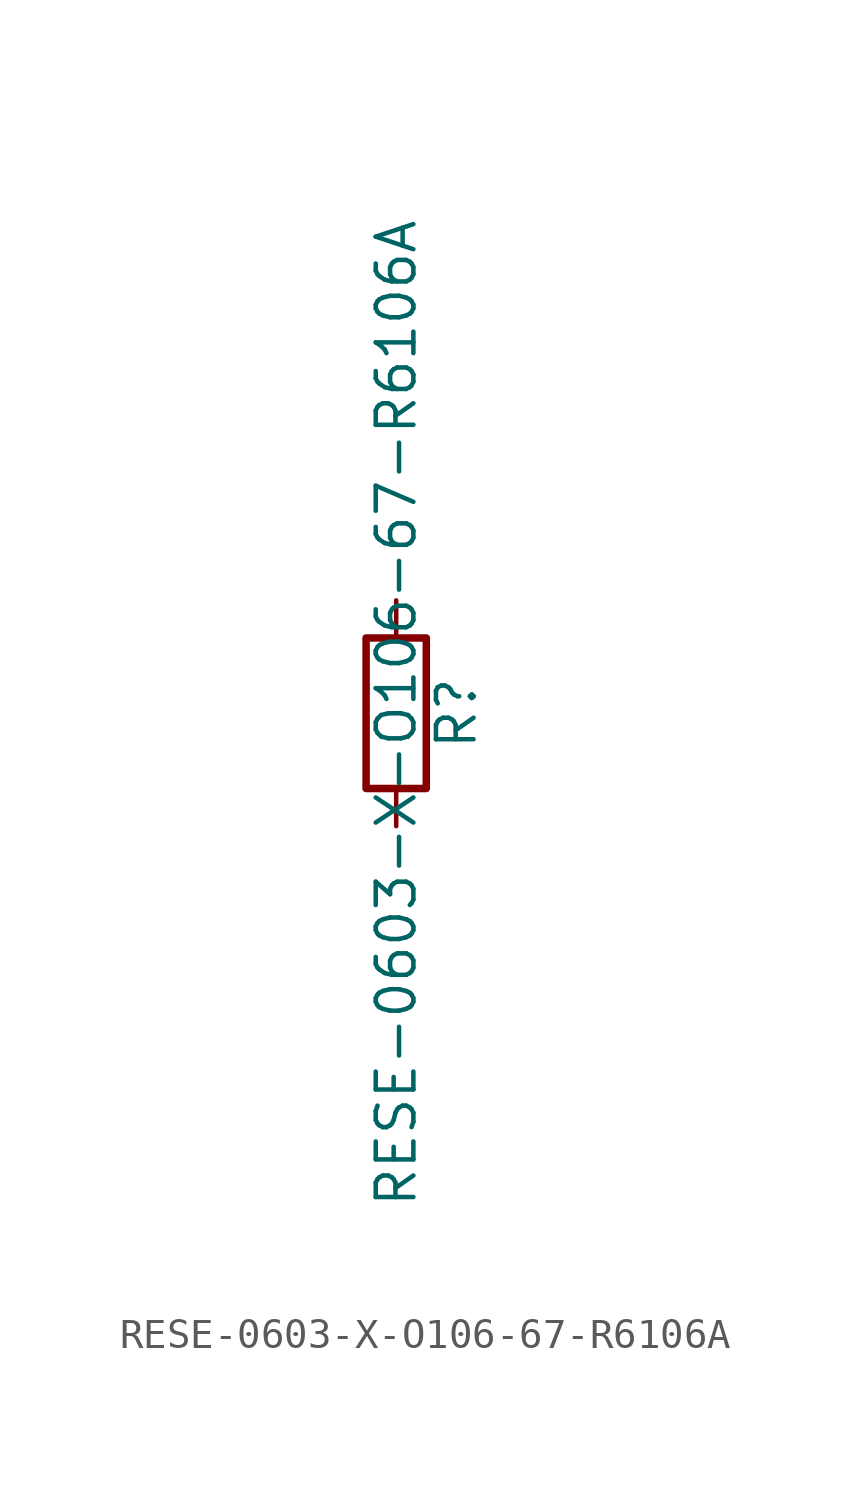
<source format=kicad_sym>
(kicad_symbol_lib
  (version 20211014)
  (generator kicad_symbol_editor)
  (symbol "RESE-0603-X-O106-67-R6106A"
    (pin_numbers hide)
    (pin_names
      (offset 0))
    (property "Reference" "R"
      (at 2.032 0 90)
      (effects (font (size 1.27 1.27))))
    (property "Value" "RESE-0603-X-O106-67-R6106A"
      (at 0 0 90)
      (effects (font (size 1.27 1.27))))
    (symbol "RESE-0603-X-O106-67-R6106A_0_1"
      (rectangle (start -1.016 -2.54) (end 1.016 2.54) (stroke (width 0.254) (type default) (color 0 0 0 0)) (fill (type none))))
    (symbol "RESE-0603-X-O106-67-R6106A_1_1"
      (pin passive line (at 0 3.81 270) (length 1.27) (name "~" (effects (font (size 1.27 1.27)))) (number "1" (effects (font (size 1.27 1.27)))))
      (pin passive line (at 0 -3.81 90) (length 1.27) (name "~" (effects (font (size 1.27 1.27)))) (number "2" (effects (font (size 1.27 1.27))))))))
</source>
